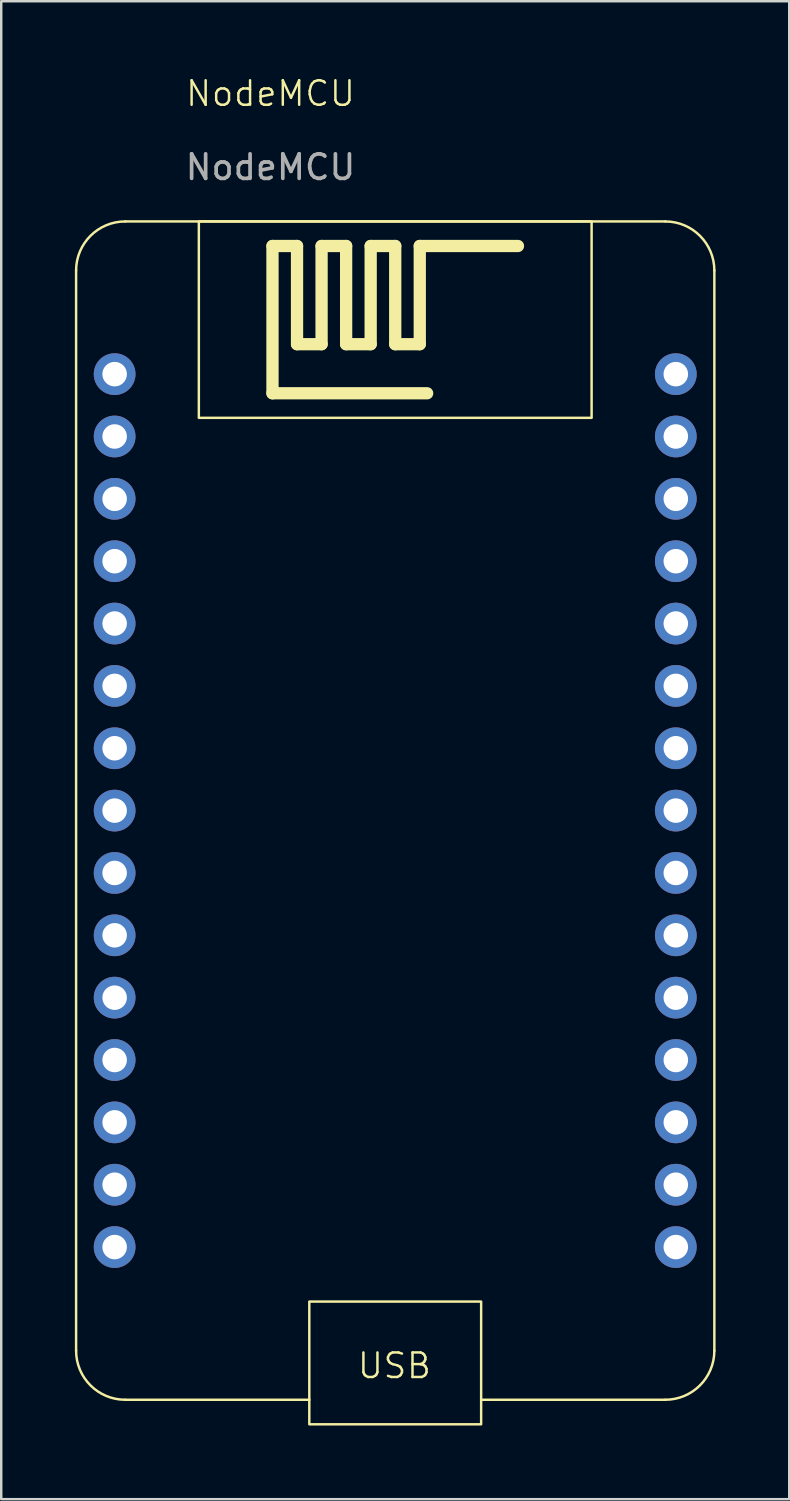
<source format=kicad_pcb>
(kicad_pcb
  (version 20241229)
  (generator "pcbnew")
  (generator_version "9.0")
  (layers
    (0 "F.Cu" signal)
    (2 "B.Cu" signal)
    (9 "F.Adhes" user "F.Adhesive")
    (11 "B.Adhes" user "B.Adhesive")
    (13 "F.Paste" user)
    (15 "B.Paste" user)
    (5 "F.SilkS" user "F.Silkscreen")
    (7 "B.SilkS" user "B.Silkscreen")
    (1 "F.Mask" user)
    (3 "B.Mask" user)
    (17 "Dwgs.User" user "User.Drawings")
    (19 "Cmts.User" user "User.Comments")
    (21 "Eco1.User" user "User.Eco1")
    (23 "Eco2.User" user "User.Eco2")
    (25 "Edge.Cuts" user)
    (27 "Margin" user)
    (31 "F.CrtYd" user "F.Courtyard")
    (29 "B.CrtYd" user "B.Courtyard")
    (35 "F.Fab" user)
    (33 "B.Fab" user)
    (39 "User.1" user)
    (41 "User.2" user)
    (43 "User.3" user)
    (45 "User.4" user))
  (footprint "NodeMCU"
    (layer "F.Cu")
    (at 13.05 29.971)
    (property "Reference" "NodeMCU" (at -5.08 -29.21 0) (unlocked yes) (layer "F.SilkS") (effects (font (size 1 1) (thickness 0.1))))
    (attr through_hole)
    (fp_line (start -13 22) (end -13 -22) (stroke (width 0.1) (type default)) (layer "F.SilkS"))
    (fp_line (start -11 -24) (end 11 -24) (stroke (width 0.1) (type default)) (layer "F.SilkS"))
    (fp_line (start -11 24) (end -3.5 24) (stroke (width 0.1) (type default)) (layer "F.SilkS"))
    (fp_line (start -5 -17) (end -5 -23) (stroke (width 0.5) (type default)) (layer "F.SilkS"))
    (fp_line (start -5 -17) (end 1.3 -17) (stroke (width 0.5) (type default)) (layer "F.SilkS"))
    (fp_line (start -4 -23) (end -5 -23) (stroke (width 0.5) (type default)) (layer "F.SilkS"))
    (fp_line (start -4 -19) (end -4 -23) (stroke (width 0.5) (type default)) (layer "F.SilkS"))
    (fp_line (start -3 -19) (end -4 -19) (stroke (width 0.5) (type default)) (layer "F.SilkS"))
    (fp_line (start -3 -19) (end -3 -23) (stroke (width 0.5) (type default)) (layer "F.SilkS"))
    (fp_line (start -2 -23) (end -3 -23) (stroke (width 0.5) (type default)) (layer "F.SilkS"))
    (fp_line (start -2 -19) (end -2 -23) (stroke (width 0.5) (type default)) (layer "F.SilkS"))
    (fp_line (start -1 -19) (end -2 -19) (stroke (width 0.5) (type default)) (layer "F.SilkS"))
    (fp_line (start -1 -19) (end -1 -23) (stroke (width 0.5) (type default)) (layer "F.SilkS"))
    (fp_line (start 0 -23) (end -1 -23) (stroke (width 0.5) (type default)) (layer "F.SilkS"))
    (fp_line (start 0 -19) (end 0 -23) (stroke (width 0.5) (type default)) (layer "F.SilkS"))
    (fp_line (start 1 -19) (end 0 -19) (stroke (width 0.5) (type default)) (layer "F.SilkS"))
    (fp_line (start 1 -19) (end 1 -23) (stroke (width 0.5) (type default)) (layer "F.SilkS"))
    (fp_line (start 3.5 24) (end 11 24) (stroke (width 0.1) (type default)) (layer "F.SilkS"))
    (fp_line (start 5 -23) (end 1 -23) (stroke (width 0.5) (type default)) (layer "F.SilkS"))
    (fp_line (start 13 22) (end 13 -22) (stroke (width 0.1) (type default)) (layer "F.SilkS"))
    (fp_rect (start -8 -24) (end 8 -16) (stroke (width 0.1) (type default)) (fill no) (layer "F.SilkS"))
    (fp_rect (start -3.5 20) (end 3.5 25) (stroke (width 0.1) (type default)) (fill no) (layer "F.SilkS"))
    (fp_arc (start -12.999999 -21.999999) (mid -12.414213 -23.414213) (end -10.999999 -23.999999) (stroke (width 0.1) (type default)) (layer "F.SilkS"))
    (fp_arc (start -10.999999 23.999999) (mid -12.414213 23.414213) (end -12.999999 21.999999) (stroke (width 0.1) (type default)) (layer "F.SilkS"))
    (fp_arc (start 10.999999 -23.999999) (mid 12.414213 -23.414213) (end 12.999999 -21.999999) (stroke (width 0.1) (type default)) (layer "F.SilkS"))
    (fp_arc (start 13 22) (mid 12.414214 23.414214) (end 11 24) (stroke (width 0.1) (type default)) (layer "F.SilkS"))
    (fp_text user "USB" (at -1.6 23.2 0) (unlocked yes) (layer "F.SilkS") (effects (font (size 1 1) (thickness 0.1)) (justify left bottom)))
    (fp_text user "${REFERENCE}" (at -5.08 -26.21 0) (unlocked yes) (layer "F.Fab") (effects (font (size 1 1) (thickness 0.15))))
    (pad "1" thru_hole oval (at -11.43 -17.78) (size 1.7 1.7) (drill 1) (layers "*.Cu" "*.Mask"))
    (pad "2" thru_hole oval (at -11.43 -15.24) (size 1.7 1.7) (drill 1) (layers "*.Cu" "*.Mask"))
    (pad "3" thru_hole oval (at -11.43 -12.7) (size 1.7 1.7) (drill 1) (layers "*.Cu" "*.Mask"))
    (pad "4" thru_hole oval (at -11.43 -10.16) (size 1.7 1.7) (drill 1) (layers "*.Cu" "*.Mask"))
    (pad "5" thru_hole oval (at -11.43 -7.62) (size 1.7 1.7) (drill 1) (layers "*.Cu" "*.Mask"))
    (pad "6" thru_hole oval (at -11.43 -5.08) (size 1.7 1.7) (drill 1) (layers "*.Cu" "*.Mask"))
    (pad "7" thru_hole oval (at -11.43 -2.54) (size 1.7 1.7) (drill 1) (layers "*.Cu" "*.Mask"))
    (pad "8" thru_hole oval (at -11.43 0) (size 1.7 1.7) (drill 1) (layers "*.Cu" "*.Mask"))
    (pad "9" thru_hole oval (at -11.43 2.54) (size 1.7 1.7) (drill 1) (layers "*.Cu" "*.Mask"))
    (pad "10" thru_hole oval (at -11.43 5.08) (size 1.7 1.7) (drill 1) (layers "*.Cu" "*.Mask"))
    (pad "11" thru_hole oval (at -11.43 7.62) (size 1.7 1.7) (drill 1) (layers "*.Cu" "*.Mask"))
    (pad "12" thru_hole oval (at -11.43 10.16) (size 1.7 1.7) (drill 1) (layers "*.Cu" "*.Mask"))
    (pad "13" thru_hole oval (at -11.43 12.7) (size 1.7 1.7) (drill 1) (layers "*.Cu" "*.Mask"))
    (pad "14" thru_hole oval (at -11.43 15.24) (size 1.7 1.7) (drill 1) (layers "*.Cu" "*.Mask"))
    (pad "15" thru_hole oval (at -11.43 17.78) (size 1.7 1.7) (drill 1) (layers "*.Cu" "*.Mask"))
    (pad "16" thru_hole oval (at 11.43 17.78) (size 1.7 1.7) (drill 1) (layers "*.Cu" "*.Mask"))
    (pad "17" thru_hole oval (at 11.43 15.24) (size 1.7 1.7) (drill 1) (layers "*.Cu" "*.Mask"))
    (pad "18" thru_hole oval (at 11.43 12.7) (size 1.7 1.7) (drill 1) (layers "*.Cu" "*.Mask"))
    (pad "19" thru_hole oval (at 11.43 10.16) (size 1.7 1.7) (drill 1) (layers "*.Cu" "*.Mask"))
    (pad "20" thru_hole oval (at 11.43 7.62) (size 1.7 1.7) (drill 1) (layers "*.Cu" "*.Mask"))
    (pad "21" thru_hole oval (at 11.43 5.08) (size 1.7 1.7) (drill 1) (layers "*.Cu" "*.Mask"))
    (pad "22" thru_hole oval (at 11.43 2.54) (size 1.7 1.7) (drill 1) (layers "*.Cu" "*.Mask"))
    (pad "23" thru_hole oval (at 11.43 0) (size 1.7 1.7) (drill 1) (layers "*.Cu" "*.Mask"))
    (pad "24" thru_hole oval (at 11.43 -2.54) (size 1.7 1.7) (drill 1) (layers "*.Cu" "*.Mask"))
    (pad "25" thru_hole oval (at 11.43 -5.08) (size 1.7 1.7) (drill 1) (layers "*.Cu" "*.Mask"))
    (pad "26" thru_hole oval (at 11.43 -7.62) (size 1.7 1.7) (drill 1) (layers "*.Cu" "*.Mask"))
    (pad "27" thru_hole oval (at 11.43 -10.16) (size 1.7 1.7) (drill 1) (layers "*.Cu" "*.Mask"))
    (pad "28" thru_hole oval (at 11.43 -12.7) (size 1.7 1.7) (drill 1) (layers "*.Cu" "*.Mask"))
    (pad "29" thru_hole oval (at 11.43 -15.24) (size 1.7 1.7) (drill 1) (layers "*.Cu" "*.Mask"))
    (pad "30" thru_hole oval (at 11.43 -17.78) (size 1.7 1.7) (drill 1) (layers "*.Cu" "*.Mask")))
  (gr_rect
    (start -3 -3)
    (end 29.1 58.02)
    (stroke (width 0.1) (type default))
    (fill no)
    (layer "Edge.Cuts")))
</source>
